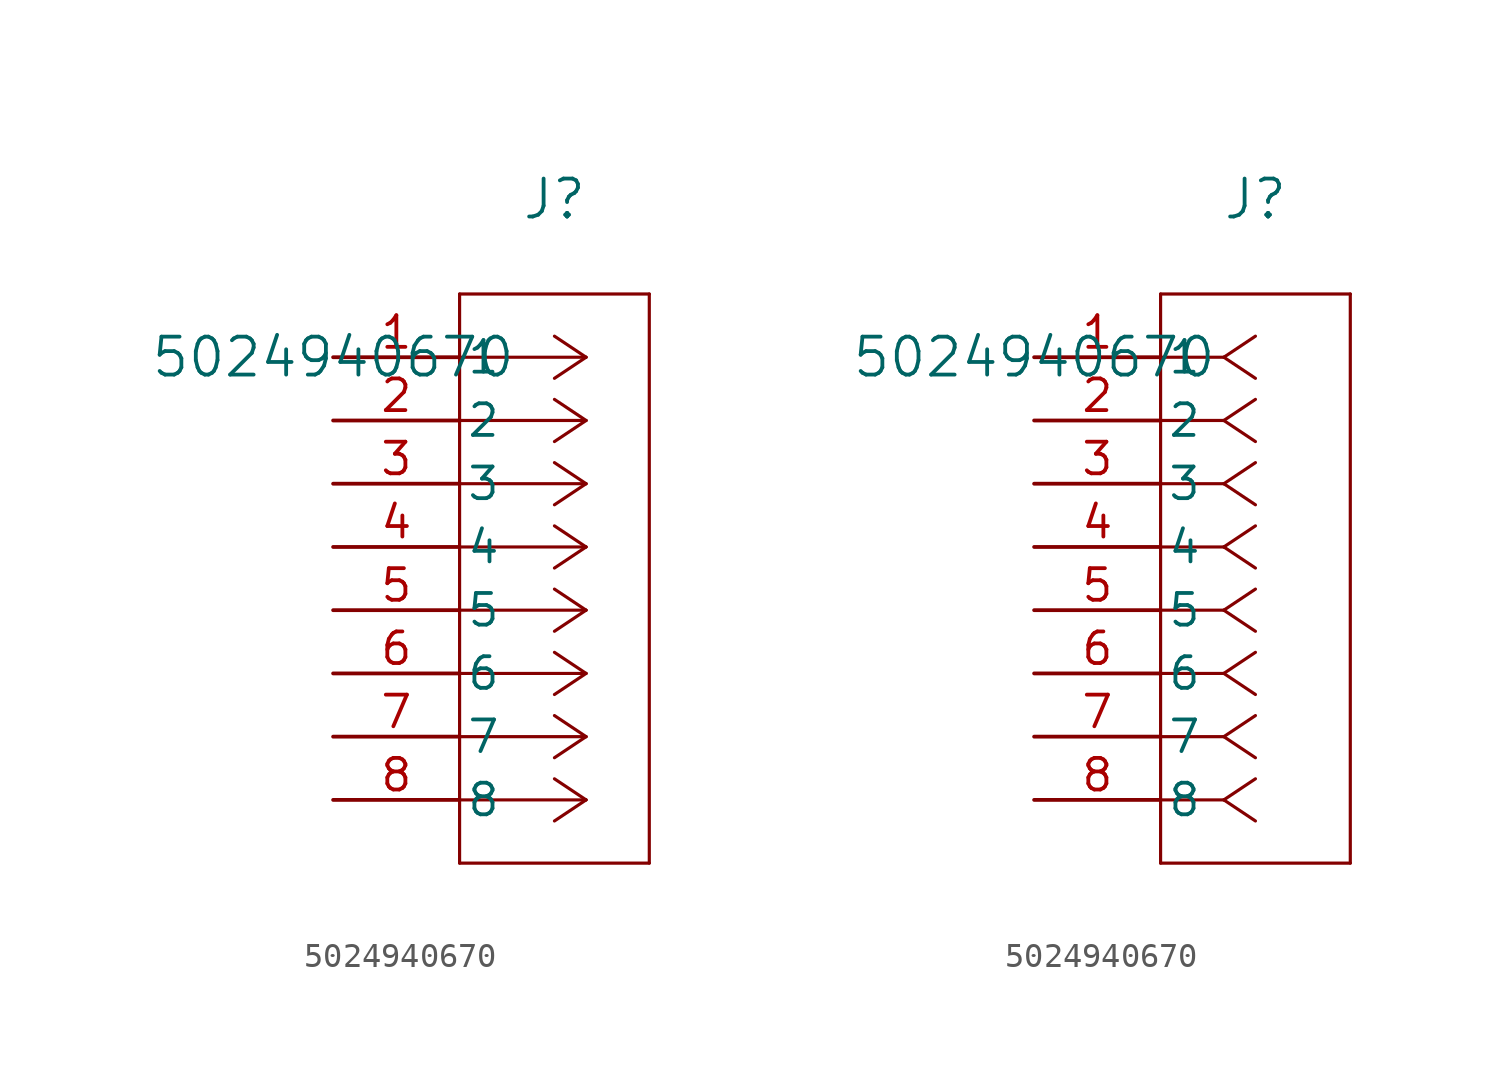
<source format=kicad_sym>
(kicad_symbol_lib
  (version 20211014)
  (generator kicad_symbol_editor)
  (symbol "5024940670"
    (pin_names
      (offset 0.254))
    (property "Reference" "J"
      (at 8.89 6.35 0)
      (effects (font (size 1.524 1.524))))
    (property "Value" "5024940670"
      (at 0 0 0)
      (effects (font (size 1.524 1.524))))
    (symbol "5024940670_1_1"
      (polyline (pts (xy 10.16 0) (xy 5.08 0)) (stroke (width 0.127) (type default) (color 0 0 0 0)) (fill (type none)))
      (polyline (pts (xy 10.16 -2.54) (xy 5.08 -2.54)) (stroke (width 0.127) (type default) (color 0 0 0 0)) (fill (type none)))
      (polyline (pts (xy 10.16 -5.08) (xy 5.08 -5.08)) (stroke (width 0.127) (type default) (color 0 0 0 0)) (fill (type none)))
      (polyline (pts (xy 10.16 -7.62) (xy 5.08 -7.62)) (stroke (width 0.127) (type default) (color 0 0 0 0)) (fill (type none)))
      (polyline (pts (xy 10.16 -10.16) (xy 5.08 -10.16)) (stroke (width 0.127) (type default) (color 0 0 0 0)) (fill (type none)))
      (polyline (pts (xy 10.16 -12.7) (xy 5.08 -12.7)) (stroke (width 0.127) (type default) (color 0 0 0 0)) (fill (type none)))
      (polyline (pts (xy 10.16 -15.24) (xy 5.08 -15.24)) (stroke (width 0.127) (type default) (color 0 0 0 0)) (fill (type none)))
      (polyline (pts (xy 10.16 -17.78) (xy 5.08 -17.78)) (stroke (width 0.127) (type default) (color 0 0 0 0)) (fill (type none)))
      (polyline (pts (xy 10.16 0) (xy 8.89 0.847)) (stroke (width 0.127) (type default) (color 0 0 0 0)) (fill (type none)))
      (polyline (pts (xy 10.16 -2.54) (xy 8.89 -1.693)) (stroke (width 0.127) (type default) (color 0 0 0 0)) (fill (type none)))
      (polyline (pts (xy 10.16 -5.08) (xy 8.89 -4.233)) (stroke (width 0.127) (type default) (color 0 0 0 0)) (fill (type none)))
      (polyline (pts (xy 10.16 -7.62) (xy 8.89 -6.773)) (stroke (width 0.127) (type default) (color 0 0 0 0)) (fill (type none)))
      (polyline (pts (xy 10.16 -10.16) (xy 8.89 -9.313)) (stroke (width 0.127) (type default) (color 0 0 0 0)) (fill (type none)))
      (polyline (pts (xy 10.16 -12.7) (xy 8.89 -11.853)) (stroke (width 0.127) (type default) (color 0 0 0 0)) (fill (type none)))
      (polyline (pts (xy 10.16 -15.24) (xy 8.89 -14.393)) (stroke (width 0.127) (type default) (color 0 0 0 0)) (fill (type none)))
      (polyline (pts (xy 10.16 -17.78) (xy 8.89 -16.933)) (stroke (width 0.127) (type default) (color 0 0 0 0)) (fill (type none)))
      (polyline (pts (xy 10.16 0) (xy 8.89 -0.847)) (stroke (width 0.127) (type default) (color 0 0 0 0)) (fill (type none)))
      (polyline (pts (xy 10.16 -2.54) (xy 8.89 -3.387)) (stroke (width 0.127) (type default) (color 0 0 0 0)) (fill (type none)))
      (polyline (pts (xy 10.16 -5.08) (xy 8.89 -5.927)) (stroke (width 0.127) (type default) (color 0 0 0 0)) (fill (type none)))
      (polyline (pts (xy 10.16 -7.62) (xy 8.89 -8.467)) (stroke (width 0.127) (type default) (color 0 0 0 0)) (fill (type none)))
      (polyline (pts (xy 10.16 -10.16) (xy 8.89 -11.007)) (stroke (width 0.127) (type default) (color 0 0 0 0)) (fill (type none)))
      (polyline (pts (xy 10.16 -12.7) (xy 8.89 -13.547)) (stroke (width 0.127) (type default) (color 0 0 0 0)) (fill (type none)))
      (polyline (pts (xy 10.16 -15.24) (xy 8.89 -16.087)) (stroke (width 0.127) (type default) (color 0 0 0 0)) (fill (type none)))
      (polyline (pts (xy 10.16 -17.78) (xy 8.89 -18.627)) (stroke (width 0.127) (type default) (color 0 0 0 0)) (fill (type none)))
      (polyline (pts (xy 5.08 2.54) (xy 5.08 -20.32)) (stroke (width 0.127) (type default) (color 0 0 0 0)) (fill (type none)))
      (polyline (pts (xy 5.08 -20.32) (xy 12.7 -20.32)) (stroke (width 0.127) (type default) (color 0 0 0 0)) (fill (type none)))
      (polyline (pts (xy 12.7 -20.32) (xy 12.7 2.54)) (stroke (width 0.127) (type default) (color 0 0 0 0)) (fill (type none)))
      (polyline (pts (xy 12.7 2.54) (xy 5.08 2.54)) (stroke (width 0.127) (type default) (color 0 0 0 0)) (fill (type none)))
      (pin unspecified line (at 0 0 0) (length 5.08) (name "1" (effects (font (size 1.27 1.27)))) (number "1" (effects (font (size 1.27 1.27)))))
      (pin unspecified line (at 0 -2.54 0) (length 5.08) (name "2" (effects (font (size 1.27 1.27)))) (number "2" (effects (font (size 1.27 1.27)))))
      (pin unspecified line (at 0 -5.08 0) (length 5.08) (name "3" (effects (font (size 1.27 1.27)))) (number "3" (effects (font (size 1.27 1.27)))))
      (pin unspecified line (at 0 -7.62 0) (length 5.08) (name "4" (effects (font (size 1.27 1.27)))) (number "4" (effects (font (size 1.27 1.27)))))
      (pin unspecified line (at 0 -10.16 0) (length 5.08) (name "5" (effects (font (size 1.27 1.27)))) (number "5" (effects (font (size 1.27 1.27)))))
      (pin unspecified line (at 0 -12.7 0) (length 5.08) (name "6" (effects (font (size 1.27 1.27)))) (number "6" (effects (font (size 1.27 1.27)))))
      (pin unspecified line (at 0 -15.24 0) (length 5.08) (name "7" (effects (font (size 1.27 1.27)))) (number "7" (effects (font (size 1.27 1.27)))))
      (pin unspecified line (at 0 -17.78 0) (length 5.08) (name "8" (effects (font (size 1.27 1.27)))) (number "8" (effects (font (size 1.27 1.27))))))
    (symbol "5024940670_1_2"
      (polyline (pts (xy 7.62 0) (xy 5.08 0)) (stroke (width 0.127) (type default) (color 0 0 0 0)) (fill (type none)))
      (polyline (pts (xy 7.62 -2.54) (xy 5.08 -2.54)) (stroke (width 0.127) (type default) (color 0 0 0 0)) (fill (type none)))
      (polyline (pts (xy 7.62 -5.08) (xy 5.08 -5.08)) (stroke (width 0.127) (type default) (color 0 0 0 0)) (fill (type none)))
      (polyline (pts (xy 7.62 -7.62) (xy 5.08 -7.62)) (stroke (width 0.127) (type default) (color 0 0 0 0)) (fill (type none)))
      (polyline (pts (xy 7.62 -10.16) (xy 5.08 -10.16)) (stroke (width 0.127) (type default) (color 0 0 0 0)) (fill (type none)))
      (polyline (pts (xy 7.62 -12.7) (xy 5.08 -12.7)) (stroke (width 0.127) (type default) (color 0 0 0 0)) (fill (type none)))
      (polyline (pts (xy 7.62 -15.24) (xy 5.08 -15.24)) (stroke (width 0.127) (type default) (color 0 0 0 0)) (fill (type none)))
      (polyline (pts (xy 7.62 -17.78) (xy 5.08 -17.78)) (stroke (width 0.127) (type default) (color 0 0 0 0)) (fill (type none)))
      (polyline (pts (xy 7.62 0) (xy 8.89 0.847)) (stroke (width 0.127) (type default) (color 0 0 0 0)) (fill (type none)))
      (polyline (pts (xy 7.62 -2.54) (xy 8.89 -1.693)) (stroke (width 0.127) (type default) (color 0 0 0 0)) (fill (type none)))
      (polyline (pts (xy 7.62 -5.08) (xy 8.89 -4.233)) (stroke (width 0.127) (type default) (color 0 0 0 0)) (fill (type none)))
      (polyline (pts (xy 7.62 -7.62) (xy 8.89 -6.773)) (stroke (width 0.127) (type default) (color 0 0 0 0)) (fill (type none)))
      (polyline (pts (xy 7.62 -10.16) (xy 8.89 -9.313)) (stroke (width 0.127) (type default) (color 0 0 0 0)) (fill (type none)))
      (polyline (pts (xy 7.62 -12.7) (xy 8.89 -11.853)) (stroke (width 0.127) (type default) (color 0 0 0 0)) (fill (type none)))
      (polyline (pts (xy 7.62 -15.24) (xy 8.89 -14.393)) (stroke (width 0.127) (type default) (color 0 0 0 0)) (fill (type none)))
      (polyline (pts (xy 7.62 -17.78) (xy 8.89 -16.933)) (stroke (width 0.127) (type default) (color 0 0 0 0)) (fill (type none)))
      (polyline (pts (xy 7.62 0) (xy 8.89 -0.847)) (stroke (width 0.127) (type default) (color 0 0 0 0)) (fill (type none)))
      (polyline (pts (xy 7.62 -2.54) (xy 8.89 -3.387)) (stroke (width 0.127) (type default) (color 0 0 0 0)) (fill (type none)))
      (polyline (pts (xy 7.62 -5.08) (xy 8.89 -5.927)) (stroke (width 0.127) (type default) (color 0 0 0 0)) (fill (type none)))
      (polyline (pts (xy 7.62 -7.62) (xy 8.89 -8.467)) (stroke (width 0.127) (type default) (color 0 0 0 0)) (fill (type none)))
      (polyline (pts (xy 7.62 -10.16) (xy 8.89 -11.007)) (stroke (width 0.127) (type default) (color 0 0 0 0)) (fill (type none)))
      (polyline (pts (xy 7.62 -12.7) (xy 8.89 -13.547)) (stroke (width 0.127) (type default) (color 0 0 0 0)) (fill (type none)))
      (polyline (pts (xy 7.62 -15.24) (xy 8.89 -16.087)) (stroke (width 0.127) (type default) (color 0 0 0 0)) (fill (type none)))
      (polyline (pts (xy 7.62 -17.78) (xy 8.89 -18.627)) (stroke (width 0.127) (type default) (color 0 0 0 0)) (fill (type none)))
      (polyline (pts (xy 5.08 2.54) (xy 5.08 -20.32)) (stroke (width 0.127) (type default) (color 0 0 0 0)) (fill (type none)))
      (polyline (pts (xy 5.08 -20.32) (xy 12.7 -20.32)) (stroke (width 0.127) (type default) (color 0 0 0 0)) (fill (type none)))
      (polyline (pts (xy 12.7 -20.32) (xy 12.7 2.54)) (stroke (width 0.127) (type default) (color 0 0 0 0)) (fill (type none)))
      (polyline (pts (xy 12.7 2.54) (xy 5.08 2.54)) (stroke (width 0.127) (type default) (color 0 0 0 0)) (fill (type none)))
      (pin unspecified line (at 0 0 0) (length 5.08) (name "1" (effects (font (size 1.27 1.27)))) (number "1" (effects (font (size 1.27 1.27)))))
      (pin unspecified line (at 0 -2.54 0) (length 5.08) (name "2" (effects (font (size 1.27 1.27)))) (number "2" (effects (font (size 1.27 1.27)))))
      (pin unspecified line (at 0 -5.08 0) (length 5.08) (name "3" (effects (font (size 1.27 1.27)))) (number "3" (effects (font (size 1.27 1.27)))))
      (pin unspecified line (at 0 -7.62 0) (length 5.08) (name "4" (effects (font (size 1.27 1.27)))) (number "4" (effects (font (size 1.27 1.27)))))
      (pin unspecified line (at 0 -10.16 0) (length 5.08) (name "5" (effects (font (size 1.27 1.27)))) (number "5" (effects (font (size 1.27 1.27)))))
      (pin unspecified line (at 0 -12.7 0) (length 5.08) (name "6" (effects (font (size 1.27 1.27)))) (number "6" (effects (font (size 1.27 1.27)))))
      (pin unspecified line (at 0 -15.24 0) (length 5.08) (name "7" (effects (font (size 1.27 1.27)))) (number "7" (effects (font (size 1.27 1.27)))))
      (pin unspecified line (at 0 -17.78 0) (length 5.08) (name "8" (effects (font (size 1.27 1.27)))) (number "8" (effects (font (size 1.27 1.27))))))))
</source>
